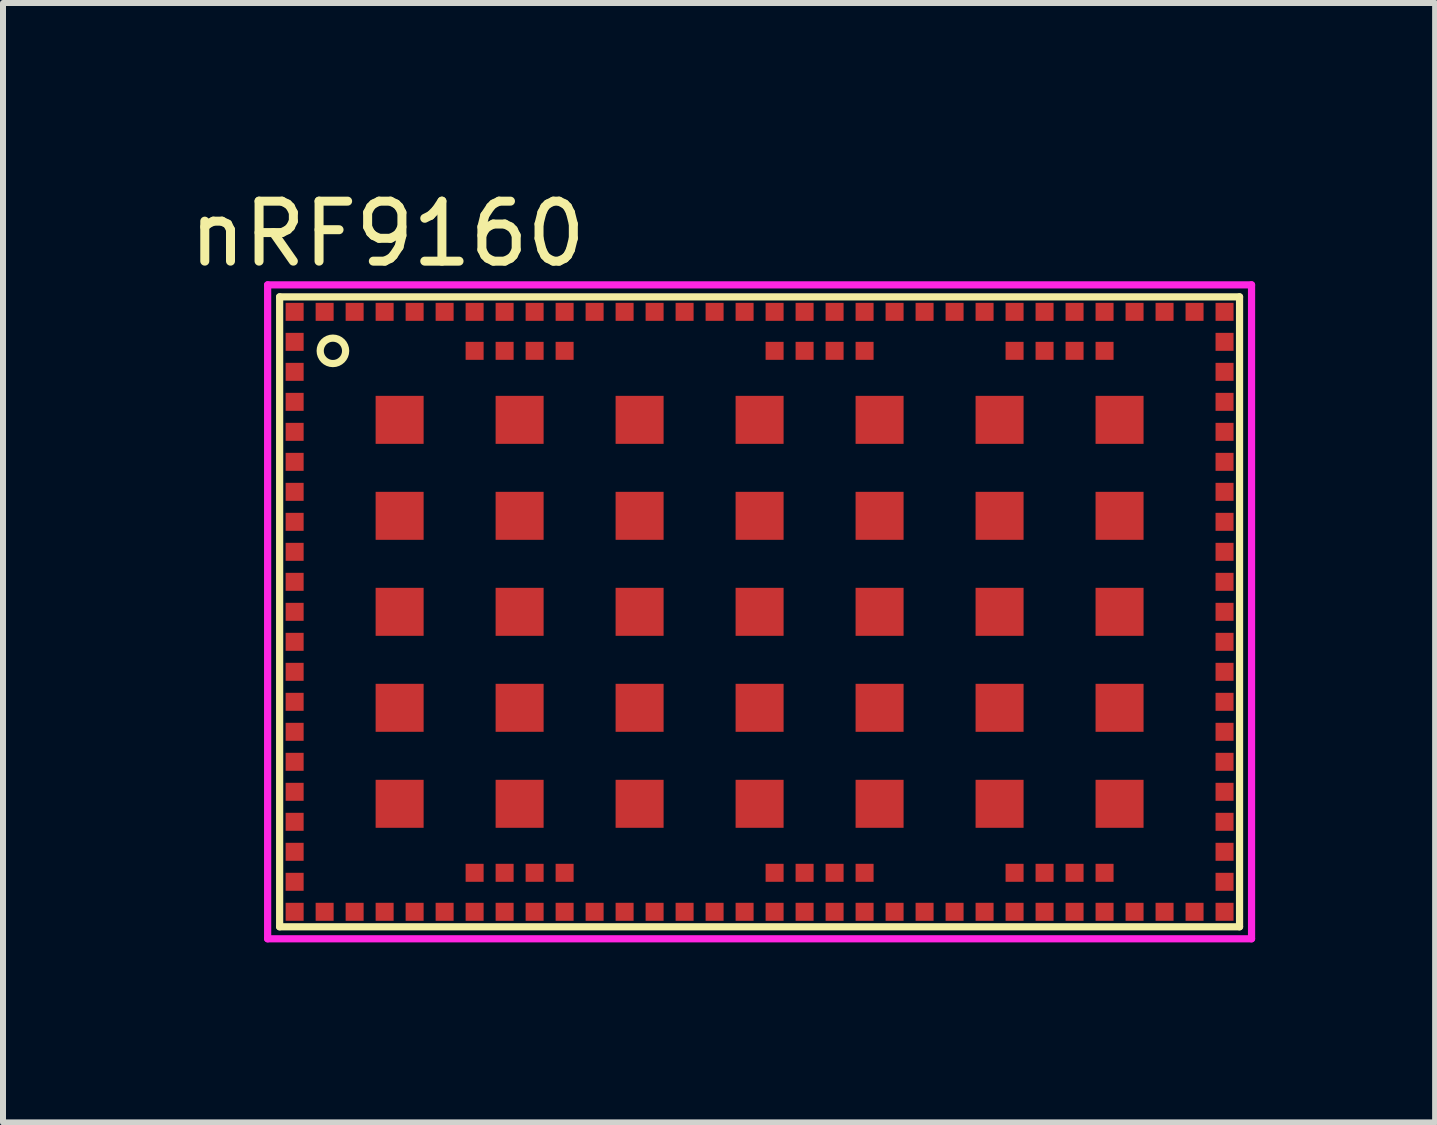
<source format=kicad_pcb>
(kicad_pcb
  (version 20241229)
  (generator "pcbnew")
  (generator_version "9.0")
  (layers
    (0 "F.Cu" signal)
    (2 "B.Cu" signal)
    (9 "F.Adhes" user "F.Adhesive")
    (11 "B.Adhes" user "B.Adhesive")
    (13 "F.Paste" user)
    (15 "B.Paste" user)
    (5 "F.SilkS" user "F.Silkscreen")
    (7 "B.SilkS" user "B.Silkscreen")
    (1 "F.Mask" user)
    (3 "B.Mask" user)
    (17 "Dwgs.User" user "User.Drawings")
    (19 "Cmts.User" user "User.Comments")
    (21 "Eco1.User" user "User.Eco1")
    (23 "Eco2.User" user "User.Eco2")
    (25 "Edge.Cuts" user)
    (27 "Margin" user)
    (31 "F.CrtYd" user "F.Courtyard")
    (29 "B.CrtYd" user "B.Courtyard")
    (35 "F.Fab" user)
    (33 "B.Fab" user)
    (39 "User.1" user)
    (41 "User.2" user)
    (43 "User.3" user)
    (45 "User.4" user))
  (footprint "nRF9160"
    (layer "F.Cu")
    (at 9.611 7.148)
    (property "Reference" "nRF9160" (at -6.2 -6.3 0) (layer "F.SilkS") (effects (font (size 1 1) (thickness 0.15))))
    (attr through_hole)
    (fp_line (start -8 -5.25) (end 8 -5.25) (stroke (width 0.12) (type solid)) (layer "F.SilkS"))
    (fp_line (start -8 5.25) (end -8 -5.25) (stroke (width 0.12) (type solid)) (layer "F.SilkS"))
    (fp_line (start 8 -5.25) (end 8 5.25) (stroke (width 0.12) (type solid)) (layer "F.SilkS"))
    (fp_line (start 8 5.25) (end -8 5.25) (stroke (width 0.12) (type solid)) (layer "F.SilkS"))
    (fp_circle (center -7.112 -4.35) (end -6.962 -4.2) (stroke (width 0.12) (type solid)) (fill no) (layer "F.SilkS"))
    (fp_line (start -8.2 -5.45) (end 8.2 -5.45) (stroke (width 0.12) (type solid)) (layer "F.CrtYd"))
    (fp_line (start -8.2 5.45) (end -8.2 -5.45) (stroke (width 0.12) (type solid)) (layer "F.CrtYd"))
    (fp_line (start 8.2 -5.45) (end 8.2 5.45) (stroke (width 0.12) (type solid)) (layer "F.CrtYd"))
    (fp_line (start 8.2 5.45) (end -8.2 5.45) (stroke (width 0.12) (type solid)) (layer "F.CrtYd"))
    (pad "1" smd rect (at -7.75 -5) (size 0.3 0.3) (layers "F.Cu" "F.Mask" "F.Paste"))
    (pad "2" smd rect (at -7.75 -4.5) (size 0.3 0.3) (layers "F.Cu" "F.Mask" "F.Paste"))
    (pad "3" smd rect (at -7.75 -4) (size 0.3 0.3) (layers "F.Cu" "F.Mask" "F.Paste"))
    (pad "4" smd rect (at -7.75 -3.5) (size 0.3 0.3) (layers "F.Cu" "F.Mask" "F.Paste"))
    (pad "5" smd rect (at -7.75 -3) (size 0.3 0.3) (layers "F.Cu" "F.Mask" "F.Paste"))
    (pad "6" smd rect (at -7.75 -2.5) (size 0.3 0.3) (layers "F.Cu" "F.Mask" "F.Paste"))
    (pad "7" smd rect (at -7.75 -2) (size 0.3 0.3) (layers "F.Cu" "F.Mask" "F.Paste"))
    (pad "8" smd rect (at -7.75 -1.5) (size 0.3 0.3) (layers "F.Cu" "F.Mask" "F.Paste"))
    (pad "9" smd rect (at -7.75 -1) (size 0.3 0.3) (layers "F.Cu" "F.Mask" "F.Paste"))
    (pad "10" smd rect (at -7.75 -0.5) (size 0.3 0.3) (layers "F.Cu" "F.Mask" "F.Paste"))
    (pad "11" smd rect (at -7.75 0) (size 0.3 0.3) (layers "F.Cu" "F.Mask" "F.Paste"))
    (pad "12" smd rect (at -7.75 0.5) (size 0.3 0.3) (layers "F.Cu" "F.Mask" "F.Paste"))
    (pad "13" smd rect (at -7.75 1) (size 0.3 0.3) (layers "F.Cu" "F.Mask" "F.Paste"))
    (pad "14" smd rect (at -7.75 1.5) (size 0.3 0.3) (layers "F.Cu" "F.Mask" "F.Paste"))
    (pad "15" smd rect (at -7.75 2) (size 0.3 0.3) (layers "F.Cu" "F.Mask" "F.Paste"))
    (pad "16" smd rect (at -7.75 2.5) (size 0.3 0.3) (layers "F.Cu" "F.Mask" "F.Paste"))
    (pad "17" smd rect (at -7.75 3) (size 0.3 0.3) (layers "F.Cu" "F.Mask" "F.Paste"))
    (pad "18" smd rect (at -7.75 3.5) (size 0.3 0.3) (layers "F.Cu" "F.Mask" "F.Paste"))
    (pad "19" smd rect (at -7.75 4) (size 0.3 0.3) (layers "F.Cu" "F.Mask" "F.Paste"))
    (pad "20" smd rect (at -7.75 4.5) (size 0.3 0.3) (layers "F.Cu" "F.Mask" "F.Paste"))
    (pad "21" smd rect (at -7.75 5) (size 0.3 0.3) (layers "F.Cu" "F.Mask" "F.Paste"))
    (pad "22" smd rect (at -7.25 5) (size 0.3 0.3) (layers "F.Cu" "F.Mask" "F.Paste"))
    (pad "23" smd rect (at -6.75 5) (size 0.3 0.3) (layers "F.Cu" "F.Mask" "F.Paste"))
    (pad "24" smd rect (at -6.25 5) (size 0.3 0.3) (layers "F.Cu" "F.Mask" "F.Paste"))
    (pad "25" smd rect (at -5.75 5) (size 0.3 0.3) (layers "F.Cu" "F.Mask" "F.Paste"))
    (pad "26" smd rect (at -5.25 5) (size 0.3 0.3) (layers "F.Cu" "F.Mask" "F.Paste"))
    (pad "27" smd rect (at -4.75 5) (size 0.3 0.3) (layers "F.Cu" "F.Mask" "F.Paste"))
    (pad "28" smd rect (at -4.25 5) (size 0.3 0.3) (layers "F.Cu" "F.Mask" "F.Paste"))
    (pad "29" smd rect (at -3.75 5) (size 0.3 0.3) (layers "F.Cu" "F.Mask" "F.Paste"))
    (pad "30" smd rect (at -3.25 5) (size 0.3 0.3) (layers "F.Cu" "F.Mask" "F.Paste"))
    (pad "31" smd rect (at -2.75 5) (size 0.3 0.3) (layers "F.Cu" "F.Mask" "F.Paste"))
    (pad "32" smd rect (at -2.25 5) (size 0.3 0.3) (layers "F.Cu" "F.Mask" "F.Paste"))
    (pad "33" smd rect (at -1.75 5) (size 0.3 0.3) (layers "F.Cu" "F.Mask" "F.Paste"))
    (pad "34" smd rect (at -1.25 5) (size 0.3 0.3) (layers "F.Cu" "F.Mask" "F.Paste"))
    (pad "35" smd rect (at -0.75 5) (size 0.3 0.3) (layers "F.Cu" "F.Mask" "F.Paste"))
    (pad "36" smd rect (at -0.25 5) (size 0.3 0.3) (layers "F.Cu" "F.Mask" "F.Paste"))
    (pad "37" smd rect (at 0.25 5) (size 0.3 0.3) (layers "F.Cu" "F.Mask" "F.Paste"))
    (pad "38" smd rect (at 0.75 5) (size 0.3 0.3) (layers "F.Cu" "F.Mask" "F.Paste"))
    (pad "39" smd rect (at 1.25 5) (size 0.3 0.3) (layers "F.Cu" "F.Mask" "F.Paste"))
    (pad "40" smd rect (at 1.75 5) (size 0.3 0.3) (layers "F.Cu" "F.Mask" "F.Paste"))
    (pad "41" smd rect (at 2.25 5) (size 0.3 0.3) (layers "F.Cu" "F.Mask" "F.Paste"))
    (pad "42" smd rect (at 2.75 5) (size 0.3 0.3) (layers "F.Cu" "F.Mask" "F.Paste"))
    (pad "43" smd rect (at 3.25 5) (size 0.3 0.3) (layers "F.Cu" "F.Mask" "F.Paste"))
    (pad "44" smd rect (at 3.75 5) (size 0.3 0.3) (layers "F.Cu" "F.Mask" "F.Paste"))
    (pad "45" smd rect (at 4.25 5) (size 0.3 0.3) (layers "F.Cu" "F.Mask" "F.Paste"))
    (pad "46" smd rect (at 4.75 5) (size 0.3 0.3) (layers "F.Cu" "F.Mask" "F.Paste"))
    (pad "47" smd rect (at 5.25 5) (size 0.3 0.3) (layers "F.Cu" "F.Mask" "F.Paste"))
    (pad "48" smd rect (at 5.75 5) (size 0.3 0.3) (layers "F.Cu" "F.Mask" "F.Paste"))
    (pad "49" smd rect (at 6.25 5) (size 0.3 0.3) (layers "F.Cu" "F.Mask" "F.Paste"))
    (pad "50" smd rect (at 6.75 5) (size 0.3 0.3) (layers "F.Cu" "F.Mask" "F.Paste"))
    (pad "51" smd rect (at 7.25 5) (size 0.3 0.3) (layers "F.Cu" "F.Mask" "F.Paste"))
    (pad "52" smd rect (at 7.75 5) (size 0.3 0.3) (layers "F.Cu" "F.Mask" "F.Paste"))
    (pad "53" smd rect (at 7.75 4.5) (size 0.3 0.3) (layers "F.Cu" "F.Mask" "F.Paste"))
    (pad "54" smd rect (at 7.75 4) (size 0.3 0.3) (layers "F.Cu" "F.Mask" "F.Paste"))
    (pad "55" smd rect (at 7.75 3.5) (size 0.3 0.3) (layers "F.Cu" "F.Mask" "F.Paste"))
    (pad "56" smd rect (at 7.75 3) (size 0.3 0.3) (layers "F.Cu" "F.Mask" "F.Paste"))
    (pad "57" smd rect (at 7.75 2.5) (size 0.3 0.3) (layers "F.Cu" "F.Mask" "F.Paste"))
    (pad "58" smd rect (at 7.75 2) (size 0.3 0.3) (layers "F.Cu" "F.Mask" "F.Paste"))
    (pad "59" smd rect (at 7.75 1.5) (size 0.3 0.3) (layers "F.Cu" "F.Mask" "F.Paste"))
    (pad "60" smd rect (at 7.75 1) (size 0.3 0.3) (layers "F.Cu" "F.Mask" "F.Paste"))
    (pad "61" smd rect (at 7.75 0.5) (size 0.3 0.3) (layers "F.Cu" "F.Mask" "F.Paste"))
    (pad "62" smd rect (at 7.75 0) (size 0.3 0.3) (layers "F.Cu" "F.Mask" "F.Paste"))
    (pad "63" smd rect (at 7.75 -0.5) (size 0.3 0.3) (layers "F.Cu" "F.Mask" "F.Paste"))
    (pad "64" smd rect (at 7.75 -1) (size 0.3 0.3) (layers "F.Cu" "F.Mask" "F.Paste"))
    (pad "65" smd rect (at 7.75 -1.5) (size 0.3 0.3) (layers "F.Cu" "F.Mask" "F.Paste"))
    (pad "66" smd rect (at 7.75 -2) (size 0.3 0.3) (layers "F.Cu" "F.Mask" "F.Paste"))
    (pad "67" smd rect (at 7.75 -2.5) (size 0.3 0.3) (layers "F.Cu" "F.Mask" "F.Paste"))
    (pad "68" smd rect (at 7.75 -3) (size 0.3 0.3) (layers "F.Cu" "F.Mask" "F.Paste"))
    (pad "69" smd rect (at 7.75 -3.5) (size 0.3 0.3) (layers "F.Cu" "F.Mask" "F.Paste"))
    (pad "70" smd rect (at 7.75 -4) (size 0.3 0.3) (layers "F.Cu" "F.Mask" "F.Paste"))
    (pad "71" smd rect (at 7.75 -4.5) (size 0.3 0.3) (layers "F.Cu" "F.Mask" "F.Paste"))
    (pad "72" smd rect (at 7.75 -5) (size 0.3 0.3) (layers "F.Cu" "F.Mask" "F.Paste"))
    (pad "73" smd rect (at 7.25 -5) (size 0.3 0.3) (layers "F.Cu" "F.Mask" "F.Paste"))
    (pad "74" smd rect (at 6.75 -5) (size 0.3 0.3) (layers "F.Cu" "F.Mask" "F.Paste"))
    (pad "75" smd rect (at 6.25 -5) (size 0.3 0.3) (layers "F.Cu" "F.Mask" "F.Paste"))
    (pad "76" smd rect (at 5.75 -5) (size 0.3 0.3) (layers "F.Cu" "F.Mask" "F.Paste"))
    (pad "77" smd rect (at 5.25 -5) (size 0.3 0.3) (layers "F.Cu" "F.Mask" "F.Paste"))
    (pad "78" smd rect (at 4.75 -5) (size 0.3 0.3) (layers "F.Cu" "F.Mask" "F.Paste"))
    (pad "79" smd rect (at 4.25 -5) (size 0.3 0.3) (layers "F.Cu" "F.Mask" "F.Paste"))
    (pad "80" smd rect (at 3.75 -5) (size 0.3 0.3) (layers "F.Cu" "F.Mask" "F.Paste"))
    (pad "81" smd rect (at 3.25 -5) (size 0.3 0.3) (layers "F.Cu" "F.Mask" "F.Paste"))
    (pad "82" smd rect (at 2.75 -5) (size 0.3 0.3) (layers "F.Cu" "F.Mask" "F.Paste"))
    (pad "83" smd rect (at 2.25 -5) (size 0.3 0.3) (layers "F.Cu" "F.Mask" "F.Paste"))
    (pad "84" smd rect (at 1.75 -5) (size 0.3 0.3) (layers "F.Cu" "F.Mask" "F.Paste"))
    (pad "85" smd rect (at 1.25 -5) (size 0.3 0.3) (layers "F.Cu" "F.Mask" "F.Paste"))
    (pad "86" smd rect (at 0.75 -5) (size 0.3 0.3) (layers "F.Cu" "F.Mask" "F.Paste"))
    (pad "87" smd rect (at 0.25 -5) (size 0.3 0.3) (layers "F.Cu" "F.Mask" "F.Paste"))
    (pad "88" smd rect (at -0.25 -5) (size 0.3 0.3) (layers "F.Cu" "F.Mask" "F.Paste"))
    (pad "89" smd rect (at -0.75 -5) (size 0.3 0.3) (layers "F.Cu" "F.Mask" "F.Paste"))
    (pad "90" smd rect (at -1.25 -5) (size 0.3 0.3) (layers "F.Cu" "F.Mask" "F.Paste"))
    (pad "91" smd rect (at -1.75 -5) (size 0.3 0.3) (layers "F.Cu" "F.Mask" "F.Paste"))
    (pad "92" smd rect (at -2.25 -5) (size 0.3 0.3) (layers "F.Cu" "F.Mask" "F.Paste"))
    (pad "93" smd rect (at -2.75 -5) (size 0.3 0.3) (layers "F.Cu" "F.Mask" "F.Paste"))
    (pad "94" smd rect (at -3.25 -5) (size 0.3 0.3) (layers "F.Cu" "F.Mask" "F.Paste"))
    (pad "95" smd rect (at -3.75 -5 90) (size 0.3 0.3) (layers "F.Cu" "F.Mask" "F.Paste"))
    (pad "96" smd rect (at -4.25 -5) (size 0.3 0.3) (layers "F.Cu" "F.Mask" "F.Paste"))
    (pad "97" smd rect (at -4.75 -5) (size 0.3 0.3) (layers "F.Cu" "F.Mask" "F.Paste"))
    (pad "98" smd rect (at -5.25 -5) (size 0.3 0.3) (layers "F.Cu" "F.Mask" "F.Paste"))
    (pad "99" smd rect (at -5.75 -5) (size 0.3 0.3) (layers "F.Cu" "F.Mask" "F.Paste"))
    (pad "100" smd rect (at -6.25 -5) (size 0.3 0.3) (layers "F.Cu" "F.Mask" "F.Paste"))
    (pad "101" smd rect (at -6.75 -5) (size 0.3 0.3) (layers "F.Cu" "F.Mask" "F.Paste"))
    (pad "102" smd rect (at -7.25 -5) (size 0.3 0.3) (layers "F.Cu" "F.Mask" "F.Paste"))
    (pad "103" smd rect (at -6 -3.2) (size 0.8 0.8) (layers "F.Cu" "F.Mask" "F.Paste"))
    (pad "103" smd rect (at -6 -1.6) (size 0.8 0.8) (layers "F.Cu" "F.Mask" "F.Paste"))
    (pad "103" smd rect (at -6 0) (size 0.8 0.8) (layers "F.Cu" "F.Mask" "F.Paste"))
    (pad "103" smd rect (at -6 1.6) (size 0.8 0.8) (layers "F.Cu" "F.Mask" "F.Paste"))
    (pad "103" smd rect (at -6 3.2) (size 0.8 0.8) (layers "F.Cu" "F.Mask" "F.Paste"))
    (pad "103" smd rect (at -4 -3.2) (size 0.8 0.8) (layers "F.Cu" "F.Mask" "F.Paste"))
    (pad "103" smd rect (at -4 -1.6) (size 0.8 0.8) (layers "F.Cu" "F.Mask" "F.Paste"))
    (pad "103" smd rect (at -4 0) (size 0.8 0.8) (layers "F.Cu" "F.Mask" "F.Paste"))
    (pad "103" smd rect (at -4 1.6) (size 0.8 0.8) (layers "F.Cu" "F.Mask" "F.Paste"))
    (pad "103" smd rect (at -4 3.2) (size 0.8 0.8) (layers "F.Cu" "F.Mask" "F.Paste"))
    (pad "103" smd rect (at -2 -3.2) (size 0.8 0.8) (layers "F.Cu" "F.Mask" "F.Paste"))
    (pad "103" smd rect (at -2 -1.6) (size 0.8 0.8) (layers "F.Cu" "F.Mask" "F.Paste"))
    (pad "103" smd rect (at -2 0) (size 0.8 0.8) (layers "F.Cu" "F.Mask" "F.Paste"))
    (pad "103" smd rect (at -2 1.6) (size 0.8 0.8) (layers "F.Cu" "F.Mask" "F.Paste"))
    (pad "103" smd rect (at -2 3.2) (size 0.8 0.8) (layers "F.Cu" "F.Mask" "F.Paste"))
    (pad "103" smd rect (at 0 -3.2) (size 0.8 0.8) (layers "F.Cu" "F.Mask" "F.Paste"))
    (pad "103" smd rect (at 0 -1.6) (size 0.8 0.8) (layers "F.Cu" "F.Mask" "F.Paste"))
    (pad "103" smd rect (at 0 0) (size 0.8 0.8) (layers "F.Cu" "F.Mask" "F.Paste"))
    (pad "103" smd rect (at 0 1.6) (size 0.8 0.8) (layers "F.Cu" "F.Mask" "F.Paste"))
    (pad "103" smd rect (at 0 3.2) (size 0.8 0.8) (layers "F.Cu" "F.Mask" "F.Paste"))
    (pad "103" smd rect (at 2 -3.2) (size 0.8 0.8) (layers "F.Cu" "F.Mask" "F.Paste"))
    (pad "103" smd rect (at 2 -1.6) (size 0.8 0.8) (layers "F.Cu" "F.Mask" "F.Paste"))
    (pad "103" smd rect (at 2 0) (size 0.8 0.8) (layers "F.Cu" "F.Mask" "F.Paste"))
    (pad "103" smd rect (at 2 1.6) (size 0.8 0.8) (layers "F.Cu" "F.Mask" "F.Paste"))
    (pad "103" smd rect (at 2 3.2) (size 0.8 0.8) (layers "F.Cu" "F.Mask" "F.Paste"))
    (pad "103" smd rect (at 4 -3.2) (size 0.8 0.8) (layers "F.Cu" "F.Mask" "F.Paste"))
    (pad "103" smd rect (at 4 -1.6) (size 0.8 0.8) (layers "F.Cu" "F.Mask" "F.Paste"))
    (pad "103" smd rect (at 4 0) (size 0.8 0.8) (layers "F.Cu" "F.Mask" "F.Paste"))
    (pad "103" smd rect (at 4 1.6) (size 0.8 0.8) (layers "F.Cu" "F.Mask" "F.Paste"))
    (pad "103" smd rect (at 4 3.2) (size 0.8 0.8) (layers "F.Cu" "F.Mask" "F.Paste"))
    (pad "103" smd rect (at 6 -3.2) (size 0.8 0.8) (layers "F.Cu" "F.Mask" "F.Paste"))
    (pad "103" smd rect (at 6 -1.6) (size 0.8 0.8) (layers "F.Cu" "F.Mask" "F.Paste"))
    (pad "103" smd rect (at 6 0) (size 0.8 0.8) (layers "F.Cu" "F.Mask" "F.Paste"))
    (pad "103" smd rect (at 6 1.6) (size 0.8 0.8) (layers "F.Cu" "F.Mask" "F.Paste"))
    (pad "103" smd rect (at 6 3.2) (size 0.8 0.8) (layers "F.Cu" "F.Mask" "F.Paste"))
    (pad "104" smd rect (at -4.75 4.35) (size 0.3 0.3) (layers "F.Cu" "F.Mask" "F.Paste"))
    (pad "105" smd rect (at -4.25 4.35) (size 0.3 0.3) (layers "F.Cu" "F.Mask" "F.Paste"))
    (pad "106" smd rect (at -3.75 4.35) (size 0.3 0.3) (layers "F.Cu" "F.Mask" "F.Paste"))
    (pad "107" smd rect (at -3.25 4.35) (size 0.3 0.3) (layers "F.Cu" "F.Mask" "F.Paste"))
    (pad "108" smd rect (at 0.25 4.35) (size 0.3 0.3) (layers "F.Cu" "F.Mask" "F.Paste"))
    (pad "109" smd rect (at 0.75 4.35) (size 0.3 0.3) (layers "F.Cu" "F.Mask" "F.Paste"))
    (pad "110" smd rect (at 1.25 4.35) (size 0.3 0.3) (layers "F.Cu" "F.Mask" "F.Paste"))
    (pad "111" smd rect (at 1.75 4.35) (size 0.3 0.3) (layers "F.Cu" "F.Mask" "F.Paste"))
    (pad "112" smd rect (at 4.25 4.35) (size 0.3 0.3) (layers "F.Cu" "F.Mask" "F.Paste"))
    (pad "113" smd rect (at 4.75 4.35) (size 0.3 0.3) (layers "F.Cu" "F.Mask" "F.Paste"))
    (pad "114" smd rect (at 5.25 4.35) (size 0.3 0.3) (layers "F.Cu" "F.Mask" "F.Paste"))
    (pad "115" smd rect (at 5.75 4.35) (size 0.3 0.3) (layers "F.Cu" "F.Mask" "F.Paste"))
    (pad "116" smd rect (at 5.75 -4.35) (size 0.3 0.3) (layers "F.Cu" "F.Mask" "F.Paste"))
    (pad "117" smd rect (at 5.25 -4.35) (size 0.3 0.3) (layers "F.Cu" "F.Mask" "F.Paste"))
    (pad "118" smd rect (at 4.75 -4.35) (size 0.3 0.3) (layers "F.Cu" "F.Mask" "F.Paste"))
    (pad "119" smd rect (at 4.25 -4.35) (size 0.3 0.3) (layers "F.Cu" "F.Mask" "F.Paste"))
    (pad "120" smd rect (at 1.75 -4.35) (size 0.3 0.3) (layers "F.Cu" "F.Mask" "F.Paste"))
    (pad "121" smd rect (at 1.25 -4.35) (size 0.3 0.3) (layers "F.Cu" "F.Mask" "F.Paste"))
    (pad "122" smd rect (at 0.75 -4.35) (size 0.3 0.3) (layers "F.Cu" "F.Mask" "F.Paste"))
    (pad "123" smd rect (at 0.25 -4.35) (size 0.3 0.3) (layers "F.Cu" "F.Mask" "F.Paste"))
    (pad "124" smd rect (at -3.25 -4.35) (size 0.3 0.3) (layers "F.Cu" "F.Mask" "F.Paste"))
    (pad "125" smd rect (at -3.75 -4.35) (size 0.3 0.3) (layers "F.Cu" "F.Mask" "F.Paste"))
    (pad "126" smd rect (at -4.25 -4.35) (size 0.3 0.3) (layers "F.Cu" "F.Mask" "F.Paste"))
    (pad "127" smd rect (at -4.75 -4.35) (size 0.3 0.3) (layers "F.Cu" "F.Mask" "F.Paste")))
  (gr_rect
    (start -3 -3)
    (end 20.871 15.658)
    (stroke (width 0.1) (type default))
    (fill no)
    (layer "Edge.Cuts")))
</source>
